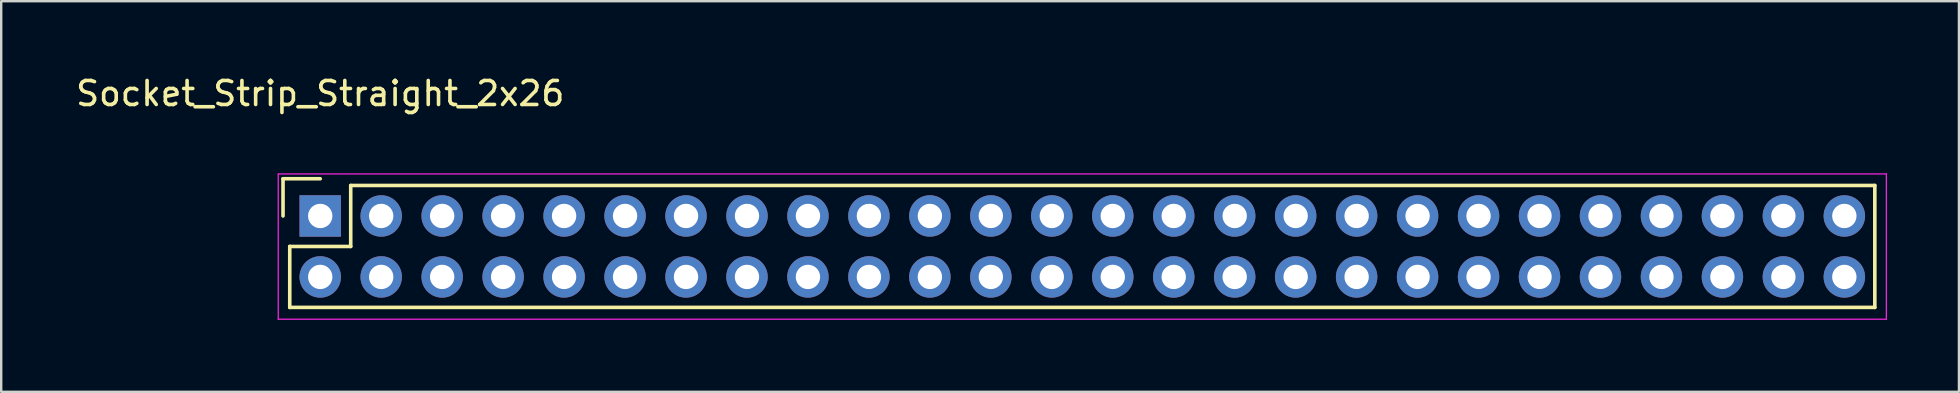
<source format=kicad_pcb>
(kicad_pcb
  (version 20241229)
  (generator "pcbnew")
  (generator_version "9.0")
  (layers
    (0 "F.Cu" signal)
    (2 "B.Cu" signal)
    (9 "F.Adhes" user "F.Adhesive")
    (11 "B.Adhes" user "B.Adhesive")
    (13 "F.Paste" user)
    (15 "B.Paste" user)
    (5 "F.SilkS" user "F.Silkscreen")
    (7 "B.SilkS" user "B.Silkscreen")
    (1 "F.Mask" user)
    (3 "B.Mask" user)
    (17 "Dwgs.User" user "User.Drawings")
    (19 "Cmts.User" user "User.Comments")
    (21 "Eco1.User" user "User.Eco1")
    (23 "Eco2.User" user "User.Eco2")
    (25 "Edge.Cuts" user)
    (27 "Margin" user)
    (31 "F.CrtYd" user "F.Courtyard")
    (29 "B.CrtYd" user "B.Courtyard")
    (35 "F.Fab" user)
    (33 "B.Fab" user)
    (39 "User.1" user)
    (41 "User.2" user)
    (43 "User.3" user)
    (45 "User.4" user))
  (footprint "Socket_Strip_Straight_2x26"
    (layer "F.Cu")
    (at 10.292 5.948)
    (property "Reference" "Socket_Strip_Straight_2x26" (at 0 -5.1 0) (layer "F.SilkS") (effects (font (size 1 1) (thickness 0.15))))
    (attr through_hole)
    (fp_line (start -1.55 -1.55) (end -1.55 0) (stroke (width 0.15) (type solid)) (layer "F.SilkS"))
    (fp_line (start -1.27 1.27) (end 1.27 1.27) (stroke (width 0.15) (type solid)) (layer "F.SilkS"))
    (fp_line (start -1.27 3.81) (end -1.27 1.27) (stroke (width 0.15) (type solid)) (layer "F.SilkS"))
    (fp_line (start -1.27 3.81) (end 64.77 3.81) (stroke (width 0.15) (type solid)) (layer "F.SilkS"))
    (fp_line (start 0 -1.55) (end -1.55 -1.55) (stroke (width 0.15) (type solid)) (layer "F.SilkS"))
    (fp_line (start 1.27 1.27) (end 1.27 -1.27) (stroke (width 0.15) (type solid)) (layer "F.SilkS"))
    (fp_line (start 64.77 -1.27) (end 1.27 -1.27) (stroke (width 0.15) (type solid)) (layer "F.SilkS"))
    (fp_line (start 64.77 3.81) (end 64.77 -1.27) (stroke (width 0.15) (type solid)) (layer "F.SilkS"))
    (fp_line (start -1.75 -1.75) (end -1.75 4.3) (stroke (width 0.05) (type solid)) (layer "F.CrtYd"))
    (fp_line (start -1.75 -1.75) (end 65.25 -1.75) (stroke (width 0.05) (type solid)) (layer "F.CrtYd"))
    (fp_line (start -1.75 4.3) (end 65.25 4.3) (stroke (width 0.05) (type solid)) (layer "F.CrtYd"))
    (fp_line (start 65.25 -1.75) (end 65.25 4.3) (stroke (width 0.05) (type solid)) (layer "F.CrtYd"))
    (pad "1" thru_hole rect (at 0 0) (size 1.727 1.727) (drill 1.016) (layers "*.Cu" "*.Mask"))
    (pad "2" thru_hole oval (at 0 2.54) (size 1.727 1.727) (drill 1.016) (layers "*.Cu" "*.Mask"))
    (pad "3" thru_hole oval (at 2.54 0) (size 1.727 1.727) (drill 1.016) (layers "*.Cu" "*.Mask"))
    (pad "4" thru_hole oval (at 2.54 2.54) (size 1.727 1.727) (drill 1.016) (layers "*.Cu" "*.Mask"))
    (pad "5" thru_hole oval (at 5.08 0) (size 1.727 1.727) (drill 1.016) (layers "*.Cu" "*.Mask"))
    (pad "6" thru_hole oval (at 5.08 2.54) (size 1.727 1.727) (drill 1.016) (layers "*.Cu" "*.Mask"))
    (pad "7" thru_hole oval (at 7.62 0) (size 1.727 1.727) (drill 1.016) (layers "*.Cu" "*.Mask"))
    (pad "8" thru_hole oval (at 7.62 2.54) (size 1.727 1.727) (drill 1.016) (layers "*.Cu" "*.Mask"))
    (pad "9" thru_hole oval (at 10.16 0) (size 1.727 1.727) (drill 1.016) (layers "*.Cu" "*.Mask"))
    (pad "10" thru_hole oval (at 10.16 2.54) (size 1.727 1.727) (drill 1.016) (layers "*.Cu" "*.Mask"))
    (pad "11" thru_hole oval (at 12.7 0) (size 1.727 1.727) (drill 1.016) (layers "*.Cu" "*.Mask"))
    (pad "12" thru_hole oval (at 12.7 2.54) (size 1.727 1.727) (drill 1.016) (layers "*.Cu" "*.Mask"))
    (pad "13" thru_hole oval (at 15.24 0) (size 1.727 1.727) (drill 1.016) (layers "*.Cu" "*.Mask"))
    (pad "14" thru_hole oval (at 15.24 2.54) (size 1.727 1.727) (drill 1.016) (layers "*.Cu" "*.Mask"))
    (pad "15" thru_hole oval (at 17.78 0) (size 1.727 1.727) (drill 1.016) (layers "*.Cu" "*.Mask"))
    (pad "16" thru_hole oval (at 17.78 2.54) (size 1.727 1.727) (drill 1.016) (layers "*.Cu" "*.Mask"))
    (pad "17" thru_hole oval (at 20.32 0) (size 1.727 1.727) (drill 1.016) (layers "*.Cu" "*.Mask"))
    (pad "18" thru_hole oval (at 20.32 2.54) (size 1.727 1.727) (drill 1.016) (layers "*.Cu" "*.Mask"))
    (pad "19" thru_hole oval (at 22.86 0) (size 1.727 1.727) (drill 1.016) (layers "*.Cu" "*.Mask"))
    (pad "20" thru_hole oval (at 22.86 2.54) (size 1.727 1.727) (drill 1.016) (layers "*.Cu" "*.Mask"))
    (pad "21" thru_hole oval (at 25.4 0) (size 1.727 1.727) (drill 1.016) (layers "*.Cu" "*.Mask"))
    (pad "22" thru_hole oval (at 25.4 2.54) (size 1.727 1.727) (drill 1.016) (layers "*.Cu" "*.Mask"))
    (pad "23" thru_hole oval (at 27.94 0) (size 1.727 1.727) (drill 1.016) (layers "*.Cu" "*.Mask"))
    (pad "24" thru_hole oval (at 27.94 2.54) (size 1.727 1.727) (drill 1.016) (layers "*.Cu" "*.Mask"))
    (pad "25" thru_hole oval (at 30.48 0) (size 1.727 1.727) (drill 1.016) (layers "*.Cu" "*.Mask"))
    (pad "26" thru_hole oval (at 30.48 2.54) (size 1.727 1.727) (drill 1.016) (layers "*.Cu" "*.Mask"))
    (pad "27" thru_hole oval (at 33.02 0) (size 1.727 1.727) (drill 1.016) (layers "*.Cu" "*.Mask"))
    (pad "28" thru_hole oval (at 33.02 2.54) (size 1.727 1.727) (drill 1.016) (layers "*.Cu" "*.Mask"))
    (pad "29" thru_hole oval (at 35.56 0) (size 1.727 1.727) (drill 1.016) (layers "*.Cu" "*.Mask"))
    (pad "30" thru_hole oval (at 35.56 2.54) (size 1.727 1.727) (drill 1.016) (layers "*.Cu" "*.Mask"))
    (pad "31" thru_hole oval (at 38.1 0) (size 1.727 1.727) (drill 1.016) (layers "*.Cu" "*.Mask"))
    (pad "32" thru_hole oval (at 38.1 2.54) (size 1.727 1.727) (drill 1.016) (layers "*.Cu" "*.Mask"))
    (pad "33" thru_hole oval (at 40.64 0) (size 1.727 1.727) (drill 1.016) (layers "*.Cu" "*.Mask"))
    (pad "34" thru_hole oval (at 40.64 2.54) (size 1.727 1.727) (drill 1.016) (layers "*.Cu" "*.Mask"))
    (pad "35" thru_hole oval (at 43.18 0) (size 1.727 1.727) (drill 1.016) (layers "*.Cu" "*.Mask"))
    (pad "36" thru_hole oval (at 43.18 2.54) (size 1.727 1.727) (drill 1.016) (layers "*.Cu" "*.Mask"))
    (pad "37" thru_hole oval (at 45.72 0) (size 1.727 1.727) (drill 1.016) (layers "*.Cu" "*.Mask"))
    (pad "38" thru_hole oval (at 45.72 2.54) (size 1.727 1.727) (drill 1.016) (layers "*.Cu" "*.Mask"))
    (pad "39" thru_hole oval (at 48.26 0) (size 1.727 1.727) (drill 1.016) (layers "*.Cu" "*.Mask"))
    (pad "40" thru_hole oval (at 48.26 2.54) (size 1.727 1.727) (drill 1.016) (layers "*.Cu" "*.Mask"))
    (pad "41" thru_hole oval (at 50.8 0) (size 1.727 1.727) (drill 1.016) (layers "*.Cu" "*.Mask"))
    (pad "42" thru_hole oval (at 50.8 2.54) (size 1.727 1.727) (drill 1.016) (layers "*.Cu" "*.Mask"))
    (pad "43" thru_hole oval (at 53.34 0) (size 1.727 1.727) (drill 1.016) (layers "*.Cu" "*.Mask"))
    (pad "44" thru_hole oval (at 53.34 2.54) (size 1.727 1.727) (drill 1.016) (layers "*.Cu" "*.Mask"))
    (pad "45" thru_hole oval (at 55.88 0) (size 1.727 1.727) (drill 1.016) (layers "*.Cu" "*.Mask"))
    (pad "46" thru_hole oval (at 55.88 2.54) (size 1.727 1.727) (drill 1.016) (layers "*.Cu" "*.Mask"))
    (pad "47" thru_hole oval (at 58.42 0) (size 1.727 1.727) (drill 1.016) (layers "*.Cu" "*.Mask"))
    (pad "48" thru_hole oval (at 58.42 2.54) (size 1.727 1.727) (drill 1.016) (layers "*.Cu" "*.Mask"))
    (pad "49" thru_hole oval (at 60.96 0) (size 1.727 1.727) (drill 1.016) (layers "*.Cu" "*.Mask"))
    (pad "50" thru_hole oval (at 60.96 2.54) (size 1.727 1.727) (drill 1.016) (layers "*.Cu" "*.Mask"))
    (pad "51" thru_hole oval (at 63.5 0) (size 1.727 1.727) (drill 1.016) (layers "*.Cu" "*.Mask"))
    (pad "52" thru_hole oval (at 63.5 2.54) (size 1.727 1.727) (drill 1.016) (layers "*.Cu" "*.Mask")))
  (gr_rect
    (start -3 -3)
    (end 78.567 13.273)
    (stroke (width 0.1) (type default))
    (fill no)
    (layer "Edge.Cuts")))
</source>
